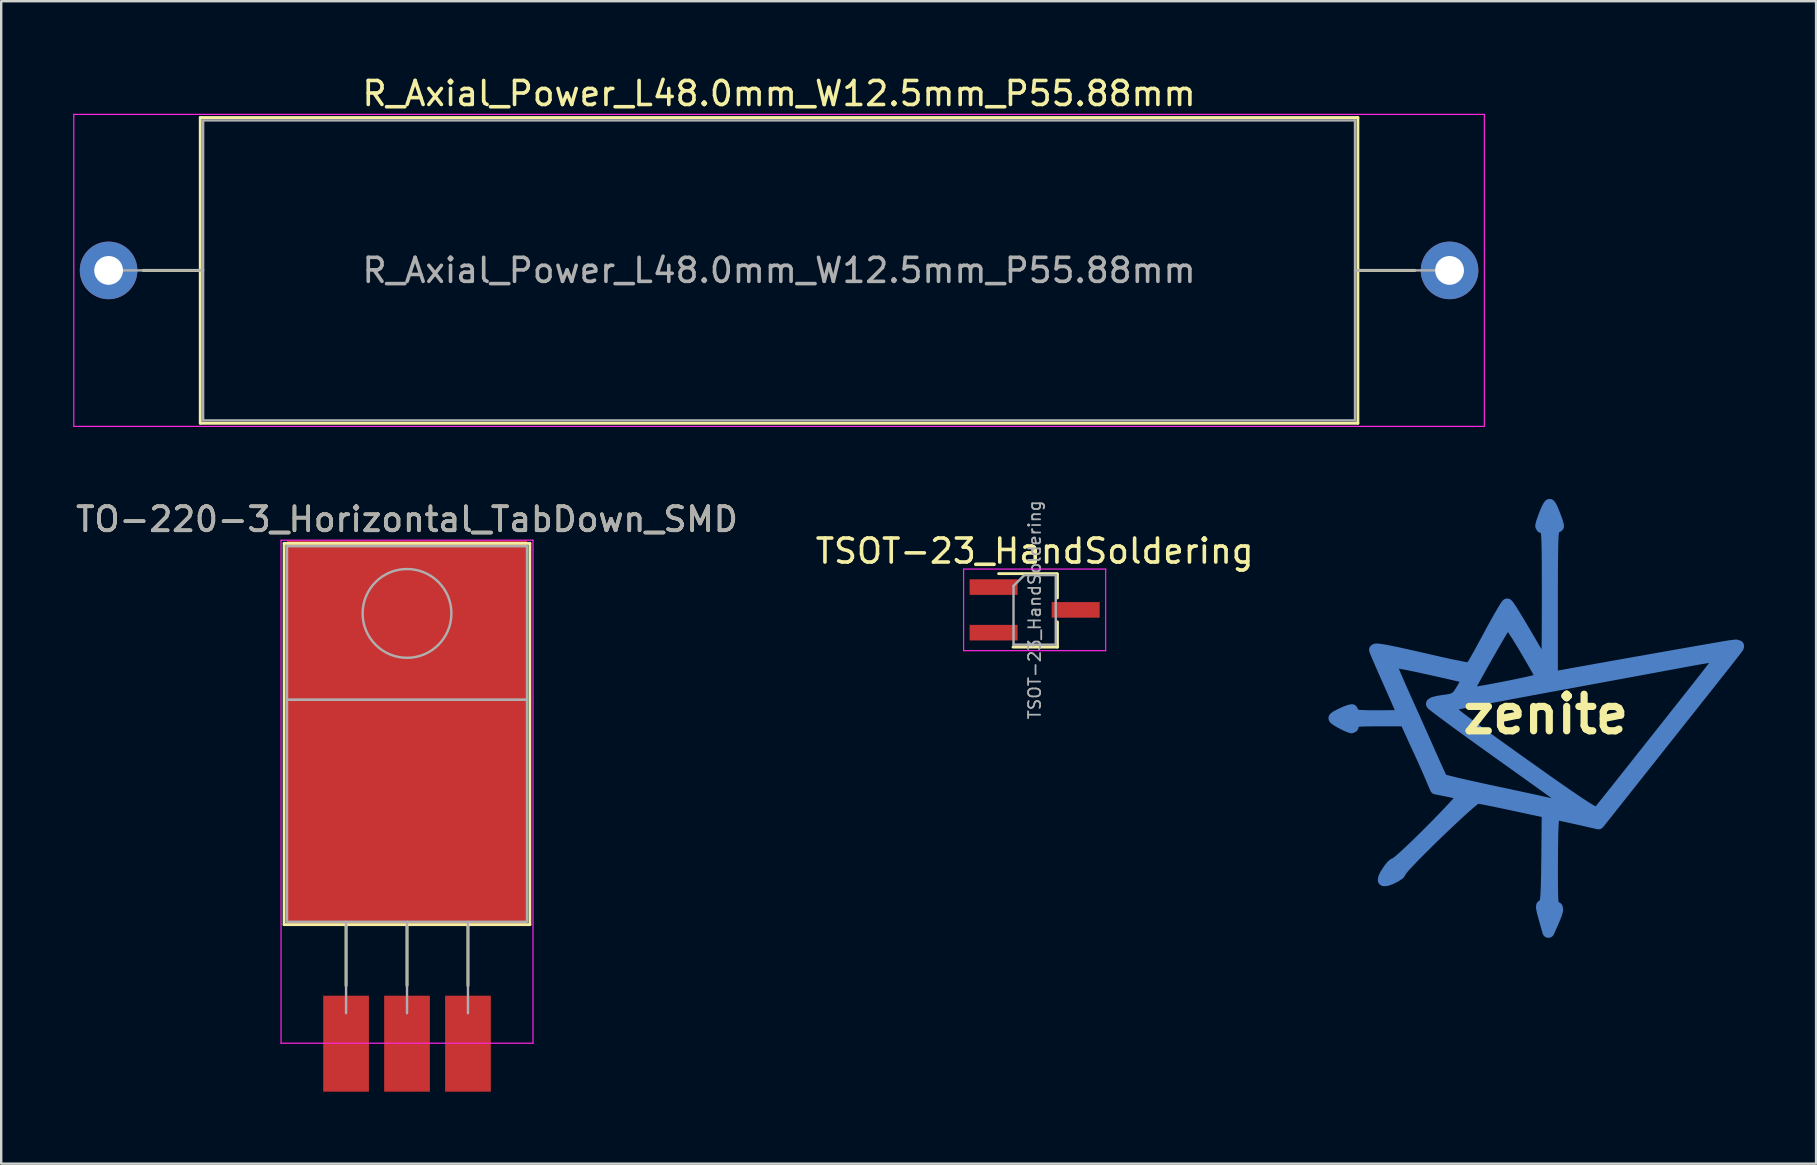
<source format=kicad_pcb>
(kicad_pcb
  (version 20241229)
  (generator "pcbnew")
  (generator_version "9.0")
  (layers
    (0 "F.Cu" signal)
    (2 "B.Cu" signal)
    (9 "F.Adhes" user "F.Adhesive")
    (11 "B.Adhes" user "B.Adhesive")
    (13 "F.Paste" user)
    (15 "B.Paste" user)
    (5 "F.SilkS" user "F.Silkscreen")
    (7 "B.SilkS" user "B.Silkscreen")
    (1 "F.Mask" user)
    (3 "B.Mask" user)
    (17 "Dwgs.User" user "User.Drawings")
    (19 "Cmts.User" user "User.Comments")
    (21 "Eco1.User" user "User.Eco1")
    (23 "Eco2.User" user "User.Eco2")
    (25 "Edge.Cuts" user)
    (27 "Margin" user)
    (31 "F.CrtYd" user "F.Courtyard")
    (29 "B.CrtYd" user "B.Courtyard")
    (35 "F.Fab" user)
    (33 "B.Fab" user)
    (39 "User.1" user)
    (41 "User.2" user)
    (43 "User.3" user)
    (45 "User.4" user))
  (footprint "R_Axial_Power_L48.0mm_W12.5mm_P55.88mm"
    (layer "F.Cu")
    (at 1.475 8.218)
    (property "Reference" "R_Axial_Power_L48.0mm_W12.5mm_P55.88mm" (at 27.94 -7.37 0) (layer "F.SilkS") (effects (font (size 1 1) (thickness 0.15))))
    (attr through_hole)
    (fp_line (start 1.44 0) (end 3.82 0) (stroke (width 0.12) (type solid)) (layer "F.SilkS"))
    (fp_line (start 3.82 -6.37) (end 3.82 6.37) (stroke (width 0.12) (type solid)) (layer "F.SilkS"))
    (fp_line (start 3.82 6.37) (end 52.06 6.37) (stroke (width 0.12) (type solid)) (layer "F.SilkS"))
    (fp_line (start 52.06 -6.37) (end 3.82 -6.37) (stroke (width 0.12) (type solid)) (layer "F.SilkS"))
    (fp_line (start 52.06 6.37) (end 52.06 -6.37) (stroke (width 0.12) (type solid)) (layer "F.SilkS"))
    (fp_line (start 54.44 0) (end 52.06 0) (stroke (width 0.12) (type solid)) (layer "F.SilkS"))
    (fp_line (start -1.45 -6.5) (end -1.45 6.5) (stroke (width 0.05) (type solid)) (layer "F.CrtYd"))
    (fp_line (start -1.45 6.5) (end 57.33 6.5) (stroke (width 0.05) (type solid)) (layer "F.CrtYd"))
    (fp_line (start 57.33 -6.5) (end -1.45 -6.5) (stroke (width 0.05) (type solid)) (layer "F.CrtYd"))
    (fp_line (start 57.33 6.5) (end 57.33 -6.5) (stroke (width 0.05) (type solid)) (layer "F.CrtYd"))
    (fp_line (start 0 0) (end 3.94 0) (stroke (width 0.1) (type solid)) (layer "F.Fab"))
    (fp_line (start 3.94 -6.25) (end 3.94 6.25) (stroke (width 0.1) (type solid)) (layer "F.Fab"))
    (fp_line (start 3.94 6.25) (end 51.94 6.25) (stroke (width 0.1) (type solid)) (layer "F.Fab"))
    (fp_line (start 51.94 -6.25) (end 3.94 -6.25) (stroke (width 0.1) (type solid)) (layer "F.Fab"))
    (fp_line (start 51.94 6.25) (end 51.94 -6.25) (stroke (width 0.1) (type solid)) (layer "F.Fab"))
    (fp_line (start 55.88 0) (end 51.94 0) (stroke (width 0.1) (type solid)) (layer "F.Fab"))
    (fp_text user "${REFERENCE}" (at 27.94 0 0) (layer "F.Fab") (effects (font (size 1 1) (thickness 0.15))))
    (pad "1" thru_hole circle (at 0 0) (size 2.4 2.4) (drill 1.2) (layers "*.Cu" "*.Mask"))
    (pad "2" thru_hole oval (at 55.88 0) (size 2.4 2.4) (drill 1.2) (layers "*.Cu" "*.Mask")))
  (footprint "TSOT-23_HandSoldering"
    (layer "F.Cu")
    (at 40.065 22.365)
    (property "Reference" "TSOT-23_HandSoldering" (at 0 -2.45 0) (layer "F.SilkS") (effects (font (size 1 1) (thickness 0.15))))
    (attr smd)
    (fp_line (start 0.93 -1.51) (end -1.5 -1.51) (stroke (width 0.12) (type solid)) (layer "F.SilkS"))
    (fp_line (start 0.95 -1.5) (end 0.95 -0.5) (stroke (width 0.12) (type solid)) (layer "F.SilkS"))
    (fp_line (start 0.95 0.5) (end 0.95 1.55) (stroke (width 0.12) (type solid)) (layer "F.SilkS"))
    (fp_line (start 0.95 1.55) (end -0.9 1.55) (stroke (width 0.12) (type solid)) (layer "F.SilkS"))
    (fp_line (start -2.96 -1.7) (end -2.96 1.7) (stroke (width 0.05) (type solid)) (layer "F.CrtYd"))
    (fp_line (start -2.96 -1.7) (end 2.96 -1.7) (stroke (width 0.05) (type solid)) (layer "F.CrtYd"))
    (fp_line (start 2.96 1.7) (end -2.96 1.7) (stroke (width 0.05) (type solid)) (layer "F.CrtYd"))
    (fp_line (start 2.96 1.7) (end 2.96 -1.7) (stroke (width 0.05) (type solid)) (layer "F.CrtYd"))
    (fp_line (start -0.88 -1) (end -0.88 1.45) (stroke (width 0.1) (type solid)) (layer "F.Fab"))
    (fp_line (start -0.88 -1) (end -0.43 -1.45) (stroke (width 0.1) (type solid)) (layer "F.Fab"))
    (fp_line (start 0.88 -1.45) (end -0.43 -1.45) (stroke (width 0.1) (type solid)) (layer "F.Fab"))
    (fp_line (start 0.88 -1.45) (end 0.88 1.45) (stroke (width 0.1) (type solid)) (layer "F.Fab"))
    (fp_line (start 0.88 1.45) (end -0.88 1.45) (stroke (width 0.1) (type solid)) (layer "F.Fab"))
    (fp_text user "${REFERENCE}" (at 0 0 270) (layer "F.Fab") (effects (font (size 0.5 0.5) (thickness 0.075))))
    (pad "1" smd rect (at -1.71 -0.95) (size 2 0.65) (layers "F.Cu" "F.Mask" "F.Paste"))
    (pad "2" smd rect (at -1.71 0.95) (size 2 0.65) (layers "F.Cu" "F.Mask" "F.Paste"))
    (pad "3" smd rect (at 1.71 0) (size 2 0.65) (layers "F.Cu" "F.Mask" "F.Paste")))
  (footprint "TO-220-3_Horizontal_TabDown_SMD"
    (layer "F.Cu")
    (at 11.371 39.172)
    (property "Reference" "TO-220-3_Horizontal_TabDown_SMD" (at 2.54 -20.58 180) (layer "F.SilkS") (effects (font (size 1 1) (thickness 0.15))))
    (attr through_hole)
    (fp_line (start -2.58 -19.58) (end -2.58 -3.69) (stroke (width 0.12) (type solid)) (layer "F.SilkS"))
    (fp_line (start -2.58 -19.58) (end 7.66 -19.58) (stroke (width 0.12) (type solid)) (layer "F.SilkS"))
    (fp_line (start -2.58 -3.69) (end 7.66 -3.69) (stroke (width 0.12) (type solid)) (layer "F.SilkS"))
    (fp_line (start 0 -3.69) (end 0 -1.15) (stroke (width 0.12) (type solid)) (layer "F.SilkS"))
    (fp_line (start 2.54 -3.69) (end 2.54 -1.15) (stroke (width 0.12) (type solid)) (layer "F.SilkS"))
    (fp_line (start 5.08 -3.69) (end 5.08 -1.15) (stroke (width 0.12) (type solid)) (layer "F.SilkS"))
    (fp_line (start 7.66 -19.58) (end 7.66 -3.69) (stroke (width 0.12) (type solid)) (layer "F.SilkS"))
    (fp_line (start -2.71 -19.71) (end -2.71 1.25) (stroke (width 0.05) (type solid)) (layer "F.CrtYd"))
    (fp_line (start -2.71 1.25) (end 7.79 1.25) (stroke (width 0.05) (type solid)) (layer "F.CrtYd"))
    (fp_line (start 7.79 -19.71) (end -2.71 -19.71) (stroke (width 0.05) (type solid)) (layer "F.CrtYd"))
    (fp_line (start 7.79 1.25) (end 7.79 -19.71) (stroke (width 0.05) (type solid)) (layer "F.CrtYd"))
    (fp_line (start -2.46 -19.46) (end 7.54 -19.46) (stroke (width 0.1) (type solid)) (layer "F.Fab"))
    (fp_line (start -2.46 -13.06) (end -2.46 -19.46) (stroke (width 0.1) (type solid)) (layer "F.Fab"))
    (fp_line (start -2.46 -13.06) (end 7.54 -13.06) (stroke (width 0.1) (type solid)) (layer "F.Fab"))
    (fp_line (start -2.46 -3.81) (end -2.46 -13.06) (stroke (width 0.1) (type solid)) (layer "F.Fab"))
    (fp_line (start 0 -3.81) (end 0 0) (stroke (width 0.1) (type solid)) (layer "F.Fab"))
    (fp_line (start 2.54 -3.81) (end 2.54 0) (stroke (width 0.1) (type solid)) (layer "F.Fab"))
    (fp_line (start 5.08 -3.81) (end 5.08 0) (stroke (width 0.1) (type solid)) (layer "F.Fab"))
    (fp_line (start 7.54 -19.46) (end 7.54 -13.06) (stroke (width 0.1) (type solid)) (layer "F.Fab"))
    (fp_line (start 7.54 -13.06) (end -2.46 -13.06) (stroke (width 0.1) (type solid)) (layer "F.Fab"))
    (fp_line (start 7.54 -13.06) (end 7.54 -3.81) (stroke (width 0.1) (type solid)) (layer "F.Fab"))
    (fp_line (start 7.54 -3.81) (end -2.46 -3.81) (stroke (width 0.1) (type solid)) (layer "F.Fab"))
    (fp_circle (center 2.54 -16.66) (end 4.39 -16.66) (stroke (width 0.1) (type solid)) (fill no) (layer "F.Fab"))
    (fp_text user "${REFERENCE}" (at 2.54 -20.58 180) (layer "F.Fab") (effects (font (size 1 1) (thickness 0.15))))
    (pad "" smd rect (at 2.54 -11.684) (size 10 16) (layers "F.Cu" "F.Mask" "F.Paste"))
    (pad "1" smd rect (at 0 1.27) (size 1.905 4) (layers "F.Cu" "F.Mask" "F.Paste"))
    (pad "2" smd rect (at 2.54 1.27) (size 1.905 4) (layers "F.Cu" "F.Mask" "F.Paste"))
    (pad "3" smd rect (at 5.08 1.27) (size 1.905 4) (layers "F.Cu" "F.Mask" "F.Paste")))
  (footprint "zenite"
    (layer "F.Cu")
    (at 61.365 26.714)
    (property "Reference" "zenite" (at 0 0 0) (layer "F.SilkS") (effects (font (size 1.524 1.524) (thickness 0.3))))
    (attr through_hole)
    (fp_poly (pts (xy 0.212 -8.65) (xy 0.293 -8.473) (xy 0.383 -8.247) (xy 0.462 -8.028) (xy 0.505 -7.87) (xy 0.508 -7.841) (xy 0.439 -7.795) (xy 0.381 -7.789) (xy 0.348 -7.772) (xy 0.321 -7.71) (xy 0.299 -7.587) (xy 0.283 -7.389) (xy 0.271 -7.1) (xy 0.263 -6.705) (xy 0.258 -6.188) (xy 0.255 -5.533) (xy 0.254 -4.726) (xy 0.254 -4.647) (xy 0.254 -1.506) (xy 0.445 -1.553) (xy 0.561 -1.576) (xy 0.823 -1.624) (xy 1.209 -1.694) (xy 1.697 -1.782) (xy 2.267 -1.884) (xy 2.896 -1.996) (xy 3.564 -2.115) (xy 4.249 -2.236) (xy 4.929 -2.356) (xy 5.584 -2.472) (xy 6.191 -2.578) (xy 6.73 -2.672) (xy 7.178 -2.75) (xy 7.516 -2.808) (xy 7.694 -2.837) (xy 7.926 -2.863) (xy 8.014 -2.839) (xy 8.005 -2.801) (xy 7.938 -2.71) (xy 7.78 -2.506) (xy 7.547 -2.207) (xy 7.251 -1.832) (xy 6.909 -1.399) (xy 6.576 -0.978) (xy 6.123 -0.406) (xy 5.599 0.254) (xy 5.041 0.957) (xy 4.483 1.661) (xy 3.962 2.319) (xy 3.701 2.647) (xy 2.196 4.546) (xy 1.331 4.349) (xy 0.962 4.267) (xy 0.651 4.201) (xy 0.437 4.16) (xy 0.365 4.15) (xy 0.331 4.198) (xy 0.304 4.352) (xy 0.284 4.624) (xy 0.269 5.029) (xy 0.261 5.58) (xy 0.257 6.096) (xy 0.256 6.724) (xy 0.258 7.201) (xy 0.265 7.55) (xy 0.278 7.788) (xy 0.299 7.936) (xy 0.329 8.014) (xy 0.369 8.042) (xy 0.384 8.043) (xy 0.461 8.068) (xy 0.475 8.161) (xy 0.421 8.346) (xy 0.295 8.65) (xy 0.257 8.736) (xy 0.109 9.066) (xy -0.03 8.57) (xy -0.116 8.259) (xy -0.156 8.077) (xy -0.154 7.989) (xy -0.11 7.961) (xy -0.062 7.959) (xy -0.026 7.92) (xy 0.003 7.794) (xy 0.025 7.565) (xy 0.041 7.216) (xy 0.054 6.731) (xy 0.062 6.095) (xy 0.063 6.018) (xy 0.082 4.077) (xy -0.15 4.029) (xy -0.315 3.994) (xy -0.609 3.931) (xy -0.992 3.849) (xy -1.429 3.755) (xy -1.562 3.726) (xy -1.995 3.635) (xy -2.374 3.557) (xy -2.665 3.502) (xy -2.837 3.473) (xy -2.862 3.471) (xy -2.959 3.528) (xy -3.152 3.684) (xy -3.423 3.921) (xy -3.75 4.221) (xy -4.115 4.563) (xy -4.498 4.928) (xy -4.879 5.299) (xy -5.238 5.655) (xy -5.555 5.978) (xy -5.812 6.249) (xy -5.988 6.447) (xy -6.063 6.556) (xy -6.064 6.566) (xy -6.113 6.643) (xy -6.264 6.746) (xy -6.459 6.845) (xy -6.639 6.911) (xy -6.745 6.914) (xy -6.748 6.912) (xy -6.736 6.819) (xy -6.65 6.652) (xy -6.526 6.463) (xy -6.401 6.308) (xy -6.309 6.239) (xy -6.299 6.24) (xy -6.214 6.193) (xy -6.036 6.047) (xy -5.785 5.819) (xy -5.479 5.53) (xy -5.138 5.198) (xy -4.782 4.845) (xy -4.43 4.488) (xy -4.101 4.147) (xy -3.816 3.843) (xy -3.592 3.595) (xy -3.451 3.421) (xy -3.41 3.342) (xy -3.413 3.34) (xy -3.545 3.305) (xy -3.787 3.25) (xy -4.047 3.196) (xy -4.579 3.09) (xy -4.795 2.582) (xy -4.949 2.227) (xy -5.114 1.857) (xy -5.208 1.651) (xy -5.359 1.325) (xy -5.531 0.951) (xy -5.626 0.741) (xy -5.847 0.254) (xy -6.945 0.254) (xy -7.394 0.255) (xy -7.7 0.263) (xy -7.892 0.28) (xy -7.995 0.311) (xy -8.036 0.36) (xy -8.043 0.422) (xy -8.051 0.518) (xy -8.101 0.543) (xy -8.231 0.497) (xy -8.424 0.405) (xy -8.643 0.288) (xy -8.781 0.194) (xy -8.805 0.162) (xy -8.736 0.105) (xy -8.568 0.016) (xy -8.362 -0.078) (xy -8.177 -0.148) (xy -8.084 -0.169) (xy -8.048 -0.1) (xy -8.043 -0.042) (xy -8.018 0.011) (xy -7.926 0.048) (xy -7.742 0.07) (xy -7.44 0.082) (xy -6.994 0.085) (xy -6.985 0.085) (xy -6.584 0.082) (xy -6.253 0.076) (xy -6.023 0.067) (xy -5.928 0.056) (xy -5.927 0.055) (xy -5.959 -0.029) (xy -6.05 -0.241) (xy -6.188 -0.556) (xy -6.361 -0.949) (xy -6.519 -1.306) (xy -6.713 -1.744) (xy -6.881 -2.127) (xy -6.913 -2.202) (xy -6.501 -2.202) (xy -6.475 -2.11) (xy -6.389 -1.888) (xy -6.253 -1.562) (xy -6.077 -1.157) (xy -5.872 -0.698) (xy -5.859 -0.669) (xy -5.614 -0.124) (xy -5.358 0.446) (xy -5.114 0.993) (xy -4.903 1.469) (xy -4.785 1.736) (xy -4.622 2.102) (xy -4.481 2.412) (xy -4.378 2.63) (xy -4.326 2.726) (xy -4.233 2.759) (xy -3.996 2.821) (xy -3.641 2.907) (xy -3.189 3.01) (xy -2.663 3.126) (xy -2.244 3.216) (xy -1.634 3.346) (xy -1.038 3.474) (xy -0.488 3.593) (xy -0.02 3.696) (xy 0.334 3.774) (xy 0.466 3.804) (xy 0.834 3.889) (xy 1.069 3.941) (xy 1.199 3.966) (xy 1.256 3.968) (xy 1.27 3.953) (xy 1.27 3.947) (xy 1.203 3.892) (xy 1.013 3.75) (xy 0.712 3.53) (xy 0.315 3.242) (xy -0.164 2.897) (xy -0.711 2.505) (xy -1.312 2.075) (xy -1.736 1.773) (xy -2.365 1.323) (xy -2.95 0.903) (xy -3.476 0.522) (xy -3.929 0.191) (xy -4.296 -0.081) (xy -4.561 -0.281) (xy -4.611 -0.321) (xy -4.113 -0.321) (xy -4.069 -0.253) (xy -3.955 -0.143) (xy -3.763 0.018) (xy -3.482 0.237) (xy -3.104 0.52) (xy -2.617 0.876) (xy -2.013 1.312) (xy -1.281 1.836) (xy -1.092 1.971) (xy -0.308 2.528) (xy 0.349 2.992) (xy 0.889 3.367) (xy 1.32 3.66) (xy 1.651 3.877) (xy 1.893 4.024) (xy 2.054 4.107) (xy 2.144 4.133) (xy 2.166 4.125) (xy 2.243 4.032) (xy 2.409 3.826) (xy 2.649 3.525) (xy 2.948 3.15) (xy 3.29 2.719) (xy 3.566 2.371) (xy 4.025 1.791) (xy 4.541 1.14) (xy 5.074 0.467) (xy 5.585 -0.179) (xy 6.036 -0.748) (xy 6.098 -0.827) (xy 6.447 -1.269) (xy 6.759 -1.667) (xy 7.019 -2.003) (xy 7.213 -2.256) (xy 7.325 -2.408) (xy 7.347 -2.442) (xy 7.276 -2.449) (xy 7.064 -2.427) (xy 6.738 -2.38) (xy 6.322 -2.311) (xy 5.865 -2.228) (xy 5.47 -2.154) (xy 4.933 -2.055) (xy 4.278 -1.933) (xy 3.53 -1.795) (xy 2.713 -1.644) (xy 1.852 -1.485) (xy 0.97 -1.322) (xy 0.212 -1.183) (xy -0.609 -1.031) (xy -1.381 -0.887) (xy -2.09 -0.753) (xy -2.718 -0.633) (xy -3.248 -0.531) (xy -3.665 -0.448) (xy -3.951 -0.389) (xy -4.09 -0.356) (xy -4.097 -0.353) (xy -4.113 -0.321) (xy -4.611 -0.321) (xy -4.712 -0.401) (xy -4.741 -0.432) (xy -4.665 -0.477) (xy -4.469 -0.524) (xy -4.289 -0.552) (xy -3.986 -0.596) (xy -3.794 -0.658) (xy -3.655 -0.775) (xy -3.597 -0.862) (xy -3.302 -0.862) (xy -3.224 -0.858) (xy -3.013 -0.885) (xy -2.698 -0.935) (xy -2.311 -1.003) (xy -1.884 -1.084) (xy -1.447 -1.17) (xy -1.032 -1.255) (xy -0.669 -1.335) (xy -0.391 -1.402) (xy -0.227 -1.451) (xy -0.2 -1.465) (xy -0.186 -1.498) (xy -0.198 -1.561) (xy -0.247 -1.674) (xy -0.344 -1.857) (xy -0.499 -2.13) (xy -0.722 -2.513) (xy -0.954 -2.907) (xy -1.172 -3.264) (xy -1.364 -3.555) (xy -1.512 -3.755) (xy -1.6 -3.839) (xy -1.613 -3.838) (xy -1.681 -3.738) (xy -1.814 -3.521) (xy -1.995 -3.215) (xy -2.208 -2.847) (xy -2.438 -2.445) (xy -2.669 -2.037) (xy -2.885 -1.65) (xy -3.072 -1.312) (xy -3.212 -1.051) (xy -3.291 -0.893) (xy -3.302 -0.862) (xy -3.597 -0.862) (xy -3.514 -0.986) (xy -3.437 -1.119) (xy -3.205 -1.518) (xy -3.402 -1.564) (xy -4.122 -1.732) (xy -4.778 -1.879) (xy -5.352 -2.004) (xy -5.829 -2.102) (xy -6.19 -2.17) (xy -6.42 -2.204) (xy -6.501 -2.202) (xy -6.913 -2.202) (xy -7.01 -2.428) (xy -7.091 -2.621) (xy -7.112 -2.681) (xy -7.068 -2.699) (xy -6.927 -2.688) (xy -6.676 -2.647) (xy -6.304 -2.573) (xy -5.799 -2.463) (xy -5.147 -2.315) (xy -4.796 -2.234) (xy -4.299 -2.121) (xy -3.858 -2.026) (xy -3.499 -1.955) (xy -3.25 -1.912) (xy -3.137 -1.903) (xy -3.135 -1.904) (xy -3.075 -1.988) (xy -2.95 -2.198) (xy -2.775 -2.507) (xy -2.564 -2.892) (xy -2.366 -3.258) (xy -2.136 -3.683) (xy -1.93 -4.051) (xy -1.764 -4.337) (xy -1.651 -4.519) (xy -1.607 -4.572) (xy -1.548 -4.502) (xy -1.42 -4.308) (xy -1.237 -4.013) (xy -1.012 -3.64) (xy -0.765 -3.217) (xy -0.515 -2.79) (xy -0.295 -2.417) (xy -0.118 -2.124) (xy 0.003 -1.931) (xy 0.053 -1.863) (xy 0.06 -1.944) (xy 0.067 -2.176) (xy 0.073 -2.538) (xy 0.078 -3.013) (xy 0.082 -3.58) (xy 0.084 -4.221) (xy 0.085 -4.826) (xy 0.084 -5.612) (xy 0.083 -6.246) (xy 0.079 -6.743) (xy 0.072 -7.12) (xy 0.061 -7.394) (xy 0.046 -7.581) (xy 0.024 -7.698) (xy -0.004 -7.76) (xy -0.039 -7.785) (xy -0.075 -7.789) (xy -0.161 -7.798) (xy -0.189 -7.849) (xy -0.16 -7.981) (xy -0.072 -8.23) (xy -0.063 -8.255) (xy 0.037 -8.504) (xy 0.121 -8.673) (xy 0.161 -8.721) (xy 0.212 -8.65)) (stroke (width 0.5) (type solid)) (fill yes) (layer "B.Cu")))
  (gr_rect
    (start -3 -3)
    (end 72.629 45.441)
    (stroke (width 0.1) (type default))
    (fill no)
    (layer "Edge.Cuts")))
</source>
